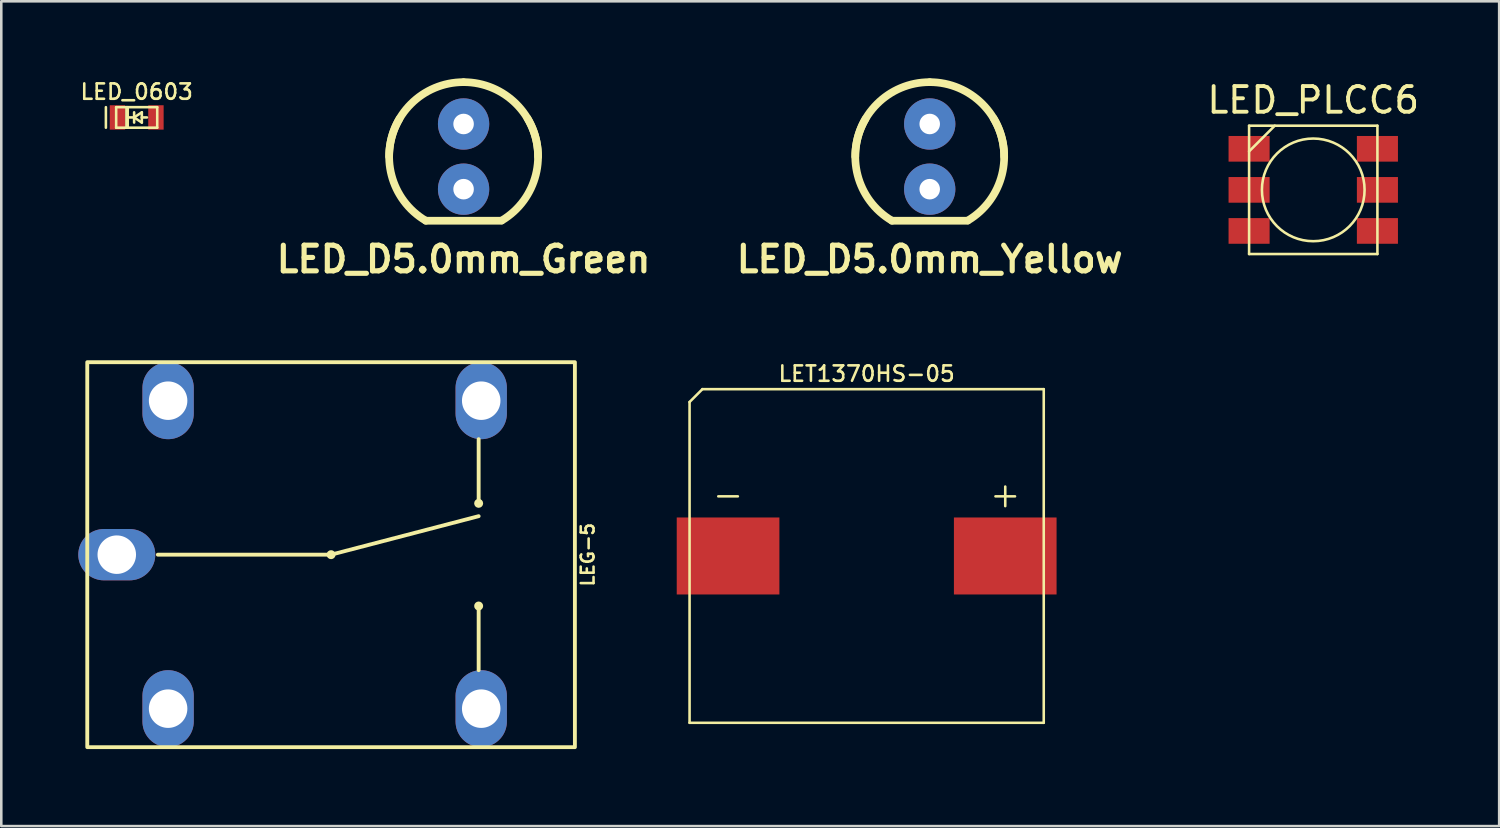
<source format=kicad_pcb>
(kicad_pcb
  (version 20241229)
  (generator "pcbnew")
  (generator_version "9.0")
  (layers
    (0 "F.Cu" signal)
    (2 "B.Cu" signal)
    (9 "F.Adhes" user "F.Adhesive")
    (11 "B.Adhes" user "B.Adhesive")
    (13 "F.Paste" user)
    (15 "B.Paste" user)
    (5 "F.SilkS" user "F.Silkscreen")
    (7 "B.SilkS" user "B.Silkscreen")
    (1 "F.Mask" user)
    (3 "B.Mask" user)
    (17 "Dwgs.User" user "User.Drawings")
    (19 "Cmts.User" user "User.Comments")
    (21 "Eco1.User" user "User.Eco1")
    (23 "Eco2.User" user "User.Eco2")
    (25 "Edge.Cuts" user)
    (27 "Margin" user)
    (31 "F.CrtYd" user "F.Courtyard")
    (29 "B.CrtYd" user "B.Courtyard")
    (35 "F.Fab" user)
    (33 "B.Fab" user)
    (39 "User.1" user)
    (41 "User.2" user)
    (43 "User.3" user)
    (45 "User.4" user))
  (footprint "LED_0603"
    (layer "F.Cu")
    (at 2.276 1.526)
    (property "Reference" "LED_0603" (at 0 -1 0) (layer "F.SilkS") (effects (font (size 0.6 0.6) (thickness 0.1))))
    (attr smd)
    (fp_line (start -1.2 -0.4) (end -1.2 0.4) (stroke (width 0.1) (type solid)) (layer "F.SilkS"))
    (fp_line (start -0.8 -0.4) (end -0.8 0.4) (stroke (width 0.1) (type solid)) (layer "F.SilkS"))
    (fp_line (start -0.8 0.4) (end 0.8 0.4) (stroke (width 0.1) (type solid)) (layer "F.SilkS"))
    (fp_line (start -0.4 -0.4) (end -0.4 0.4) (stroke (width 0.1) (type solid)) (layer "F.SilkS"))
    (fp_line (start -0.35 0.4) (end -0.35 -0.4) (stroke (width 0.1) (type solid)) (layer "F.SilkS"))
    (fp_line (start -0.1 -0.2) (end -0.1 0.2) (stroke (width 0.1) (type solid)) (layer "F.SilkS"))
    (fp_line (start -0.1 0) (end -0.3 0) (stroke (width 0.1) (type solid)) (layer "F.SilkS"))
    (fp_line (start -0.1 0) (end 0.2 0.2) (stroke (width 0.1) (type solid)) (layer "F.SilkS"))
    (fp_line (start 0.2 -0.2) (end -0.1 0) (stroke (width 0.1) (type solid)) (layer "F.SilkS"))
    (fp_line (start 0.2 0) (end 0.4 0) (stroke (width 0.1) (type solid)) (layer "F.SilkS"))
    (fp_line (start 0.2 0.2) (end 0.2 -0.2) (stroke (width 0.1) (type solid)) (layer "F.SilkS"))
    (fp_line (start 0.8 -0.4) (end -0.8 -0.4) (stroke (width 0.1) (type solid)) (layer "F.SilkS"))
    (fp_line (start 0.8 0.4) (end 0.8 -0.4) (stroke (width 0.1) (type solid)) (layer "F.SilkS"))
    (pad "1" smd rect (at -0.75 0) (size 0.6 0.95) (layers "F.Cu" "F.Mask" "F.Paste"))
    (pad "2" smd rect (at 0.75 0) (size 0.6 0.95) (layers "F.Cu" "F.Mask" "F.Paste")))
  (footprint "LEG-5"
    (layer "F.Cu")
    (at 9.85 18.562)
    (property "Reference" "LEG-5" (at 10 0 90) (layer "F.SilkS") (effects (font (size 0.5 0.5) (thickness 0.1))))
    (attr through_hole)
    (fp_line (start -6.75 0) (end 0 0) (stroke (width 0.15) (type solid)) (layer "F.SilkS"))
    (fp_line (start 0 0) (end 5.75 -1.5) (stroke (width 0.15) (type solid)) (layer "F.SilkS"))
    (fp_line (start 5.75 -2) (end 5.75 -4.5) (stroke (width 0.15) (type solid)) (layer "F.SilkS"))
    (fp_line (start 5.75 2) (end 5.75 4.5) (stroke (width 0.15) (type solid)) (layer "F.SilkS"))
    (fp_rect (start -9.5 -7.5) (end 9.5 7.5) (stroke (width 0.15) (type solid)) (fill no) (layer "F.SilkS"))
    (fp_circle (center 0 0) (end 0.1 0) (stroke (width 0.15) (type solid)) (fill no) (layer "F.SilkS"))
    (fp_circle (center 5.75 -2) (end 5.75 -2.1) (stroke (width 0.15) (type solid)) (fill no) (layer "F.SilkS"))
    (fp_circle (center 5.75 2) (end 5.75 1.9) (stroke (width 0.15) (type solid)) (fill no) (layer "F.SilkS"))
    (pad "1" thru_hole oval (at -6.35 -6 270) (size 3 2) (drill 1.5) (layers "*.Cu" "*.Mask"))
    (pad "2" thru_hole oval (at -6.35 6 270) (size 3 2) (drill 1.5) (layers "*.Cu" "*.Mask"))
    (pad "3" thru_hole oval (at -8.35 0 90) (size 2 3) (drill 1.5) (layers "*.Cu" "*.Mask"))
    (pad "4" thru_hole oval (at 5.85 -6) (size 2 3) (drill 1.5) (layers "*.Cu" "*.Mask"))
    (pad "5" thru_hole oval (at 5.85 6 180) (size 2 3) (drill 1.5) (layers "*.Cu" "*.Mask")))
  (footprint "LED_D5.0mm_Green"
    (layer "F.Cu")
    (at 15.013 3.051)
    (property "Reference" "LED_D5.0mm_Green" (at 0 4 0) (layer "F.SilkS") (effects (font (size 1 1) (thickness 0.2))))
    (attr through_hole)
    (fp_line (start -1.471 2.499) (end 1.471 2.499) (stroke (width 0.3) (type solid)) (layer "F.SilkS"))
    (fp_arc (start -2.90068 0) (mid -2.05109 -2.05109) (end 0 -2.90068) (stroke (width 0.29972) (type solid)) (layer "F.SilkS"))
    (fp_arc (start -1.47066 2.49936) (mid -2.807228 0.727401) (end -2.49936 -1.47066) (stroke (width 0.29972) (type solid)) (layer "F.SilkS"))
    (fp_arc (start 0 -2.90068) (mid 2.05109 -2.05109) (end 2.90068 0) (stroke (width 0.29972) (type solid)) (layer "F.SilkS"))
    (fp_arc (start 2.4892 -1.49098) (mid 2.814412 0.705848) (end 1.49098 2.4892) (stroke (width 0.29972) (type solid)) (layer "F.SilkS"))
    (pad "1" thru_hole circle (at 0 1.27) (size 1.999 1.999) (drill 0.8) (layers "*.Cu" "*.Mask"))
    (pad "2" thru_hole circle (at 0 -1.27) (size 1.999 1.999) (drill 0.8) (layers "*.Cu" "*.Mask")))
  (footprint "LED_PLCC6"
    (layer "F.Cu")
    (at 48.119 4.348)
    (property "Reference" "LED_PLCC6" (at 0 -3.5 0) (layer "F.SilkS") (effects (font (size 1 1) (thickness 0.15))))
    (attr smd)
    (fp_line (start -2.5 -2.5) (end 2.5 -2.5) (stroke (width 0.1) (type solid)) (layer "F.SilkS"))
    (fp_line (start -2.5 -1.5) (end -1.5 -2.5) (stroke (width 0.1) (type solid)) (layer "F.SilkS"))
    (fp_line (start -2.5 2.5) (end -2.5 -2.5) (stroke (width 0.1) (type solid)) (layer "F.SilkS"))
    (fp_line (start 2.5 -2.5) (end 2.5 2.5) (stroke (width 0.1) (type solid)) (layer "F.SilkS"))
    (fp_line (start 2.5 2.5) (end -2.5 2.5) (stroke (width 0.1) (type solid)) (layer "F.SilkS"))
    (fp_circle (center 0 0) (end 0 -2) (stroke (width 0.1) (type solid)) (fill no) (layer "F.SilkS"))
    (pad "1" smd rect (at -2.5 -1.6) (size 1.6 1) (layers "F.Cu" "F.Mask" "F.Paste"))
    (pad "2" smd rect (at -2.5 0) (size 1.6 1) (layers "F.Cu" "F.Mask" "F.Paste"))
    (pad "3" smd rect (at -2.5 1.6) (size 1.6 1) (layers "F.Cu" "F.Mask" "F.Paste"))
    (pad "4" smd rect (at 2.5 1.6) (size 1.6 1) (layers "F.Cu" "F.Mask" "F.Paste"))
    (pad "5" smd rect (at 2.5 0) (size 1.6 1) (layers "F.Cu" "F.Mask" "F.Paste"))
    (pad "6" smd rect (at 2.5 -1.6) (size 1.6 1) (layers "F.Cu" "F.Mask" "F.Paste")))
  (footprint "LET1370HS-05"
    (layer "F.Cu")
    (at 30.718 18.613)
    (property "Reference" "LET1370HS-05" (at 0 -7.1 0) (unlocked yes) (layer "F.SilkS") (effects (font (size 0.6 0.6) (thickness 0.1) (bold yes))))
    (attr smd)
    (fp_line (start -6.9 6.5) (end -6.9 -6) (stroke (width 0.1) (type default)) (layer "F.SilkS"))
    (fp_line (start -6.4 -6.5) (end -6.9 -6) (stroke (width 0.1) (type default)) (layer "F.SilkS"))
    (fp_line (start -6.4 -6.5) (end 6.9 -6.5) (stroke (width 0.1) (type default)) (layer "F.SilkS"))
    (fp_line (start 6.9 -6.5) (end 6.9 6.5) (stroke (width 0.1) (type default)) (layer "F.SilkS"))
    (fp_line (start 6.9 6.5) (end -6.9 6.5) (stroke (width 0.1) (type default)) (layer "F.SilkS"))
    (fp_text user "-" (at -5.4 -2.4 0) (unlocked yes) (layer "F.SilkS") (effects (font (size 1 1) (thickness 0.1))))
    (fp_text user "+" (at 5.4 -2.4 0) (unlocked yes) (layer "F.SilkS") (effects (font (size 1 1) (thickness 0.1))))
    (pad "1" smd rect (at 5.4 0) (size 4 3) (layers "F.Cu" "F.Mask" "F.Paste"))
    (pad "2" smd rect (at -5.4 0) (size 4 3) (layers "F.Cu" "F.Mask" "F.Paste")))
  (footprint "LED_D5.0mm_Yellow"
    (layer "F.Cu")
    (at 33.175 3.051)
    (property "Reference" "LED_D5.0mm_Yellow" (at 0 4 0) (layer "F.SilkS") (effects (font (size 1 1) (thickness 0.2))))
    (attr through_hole)
    (fp_line (start -1.471 2.499) (end 1.471 2.499) (stroke (width 0.3) (type solid)) (layer "F.SilkS"))
    (fp_arc (start -2.90068 0) (mid -2.05109 -2.05109) (end 0 -2.90068) (stroke (width 0.29972) (type solid)) (layer "F.SilkS"))
    (fp_arc (start -1.47066 2.49936) (mid -2.807228 0.727401) (end -2.49936 -1.47066) (stroke (width 0.29972) (type solid)) (layer "F.SilkS"))
    (fp_arc (start 0 -2.90068) (mid 2.05109 -2.05109) (end 2.90068 0) (stroke (width 0.29972) (type solid)) (layer "F.SilkS"))
    (fp_arc (start 2.4892 -1.49098) (mid 2.814412 0.705848) (end 1.49098 2.4892) (stroke (width 0.29972) (type solid)) (layer "F.SilkS"))
    (pad "1" thru_hole circle (at 0 1.27) (size 1.999 1.999) (drill 0.8) (layers "*.Cu" "*.Mask"))
    (pad "2" thru_hole circle (at 0 -1.27) (size 1.999 1.999) (drill 0.8) (layers "*.Cu" "*.Mask")))
  (gr_rect
    (start -3 -3)
    (end 55.363 29.137)
    (stroke (width 0.1) (type default))
    (fill no)
    (layer "Edge.Cuts")))
</source>
